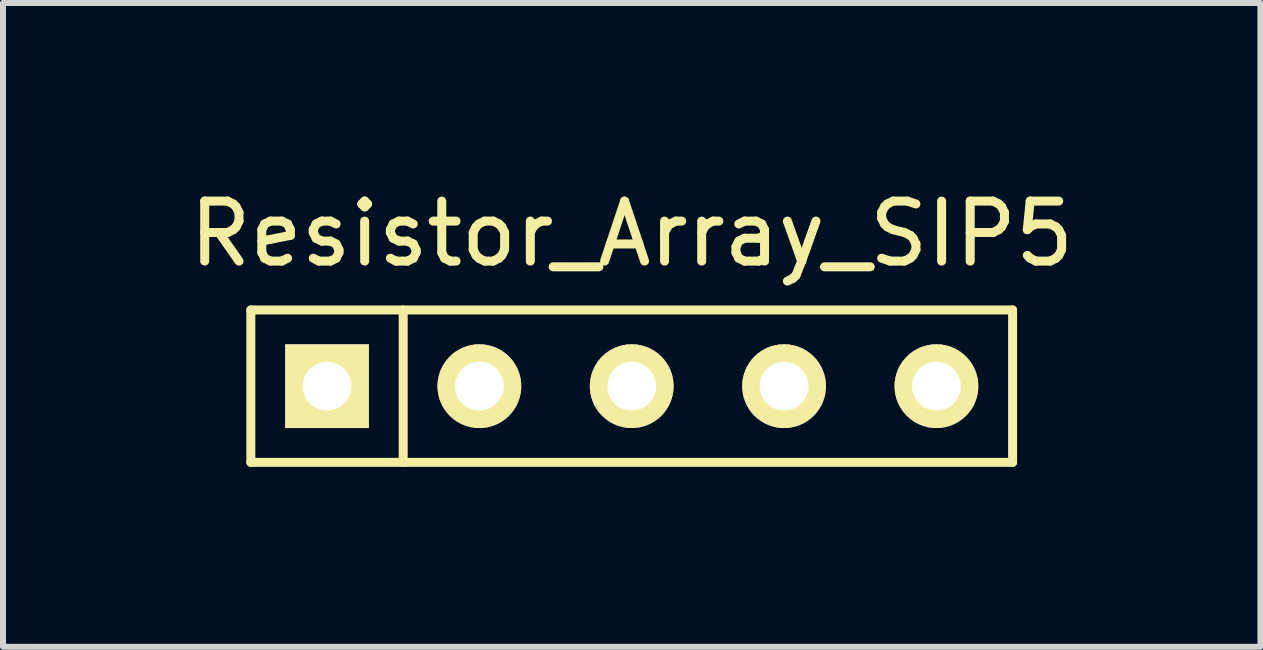
<source format=kicad_pcb>
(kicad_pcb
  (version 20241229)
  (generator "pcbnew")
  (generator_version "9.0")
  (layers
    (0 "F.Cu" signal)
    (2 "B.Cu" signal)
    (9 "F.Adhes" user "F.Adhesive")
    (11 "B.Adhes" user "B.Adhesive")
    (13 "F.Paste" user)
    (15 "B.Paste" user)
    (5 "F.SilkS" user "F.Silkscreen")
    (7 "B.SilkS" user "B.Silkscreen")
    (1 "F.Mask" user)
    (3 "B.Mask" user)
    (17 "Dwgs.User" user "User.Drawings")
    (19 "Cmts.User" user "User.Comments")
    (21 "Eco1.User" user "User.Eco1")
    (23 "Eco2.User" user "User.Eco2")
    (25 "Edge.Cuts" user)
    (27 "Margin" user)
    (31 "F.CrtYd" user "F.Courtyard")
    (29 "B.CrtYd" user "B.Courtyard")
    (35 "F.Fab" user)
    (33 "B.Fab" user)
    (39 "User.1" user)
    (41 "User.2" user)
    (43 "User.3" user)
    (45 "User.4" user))
  (footprint "Resistor_Array_SIP5"
    (layer "F.Cu")
    (at 7.482 3.388)
    (property "Reference" "Resistor_Array_SIP5" (at 0 -2.54 0) (layer "F.SilkS") (effects (font (size 1 1) (thickness 0.15))))
    (attr through_hole)
    (fp_line (start -6.35 -1.27) (end 6.35 -1.27) (stroke (width 0.15) (type solid)) (layer "F.SilkS"))
    (fp_line (start -6.35 1.27) (end -6.35 -1.27) (stroke (width 0.15) (type solid)) (layer "F.SilkS"))
    (fp_line (start -6.35 1.27) (end 6.35 1.27) (stroke (width 0.15) (type solid)) (layer "F.SilkS"))
    (fp_line (start -3.81 -1.27) (end -3.81 1.27) (stroke (width 0.15) (type solid)) (layer "F.SilkS"))
    (fp_line (start 6.35 -1.27) (end 6.35 1.27) (stroke (width 0.15) (type solid)) (layer "F.SilkS"))
    (pad "1" thru_hole rect (at -5.08 0) (size 1.397 1.397) (drill 0.813) (layers "*.Cu" "*.Mask" "F.SilkS"))
    (pad "2" thru_hole circle (at -2.54 0) (size 1.397 1.397) (drill 0.813) (layers "*.Cu" "*.Mask" "F.SilkS"))
    (pad "3" thru_hole circle (at 0 0) (size 1.397 1.397) (drill 0.813) (layers "*.Cu" "*.Mask" "F.SilkS"))
    (pad "4" thru_hole circle (at 2.54 0) (size 1.397 1.397) (drill 0.813) (layers "*.Cu" "*.Mask" "F.SilkS"))
    (pad "5" thru_hole circle (at 5.08 0) (size 1.397 1.397) (drill 0.813) (layers "*.Cu" "*.Mask" "F.SilkS")))
  (gr_rect
    (start -3 -3)
    (end 17.964 7.733)
    (stroke (width 0.1) (type default))
    (fill no)
    (layer "Edge.Cuts")))
</source>
